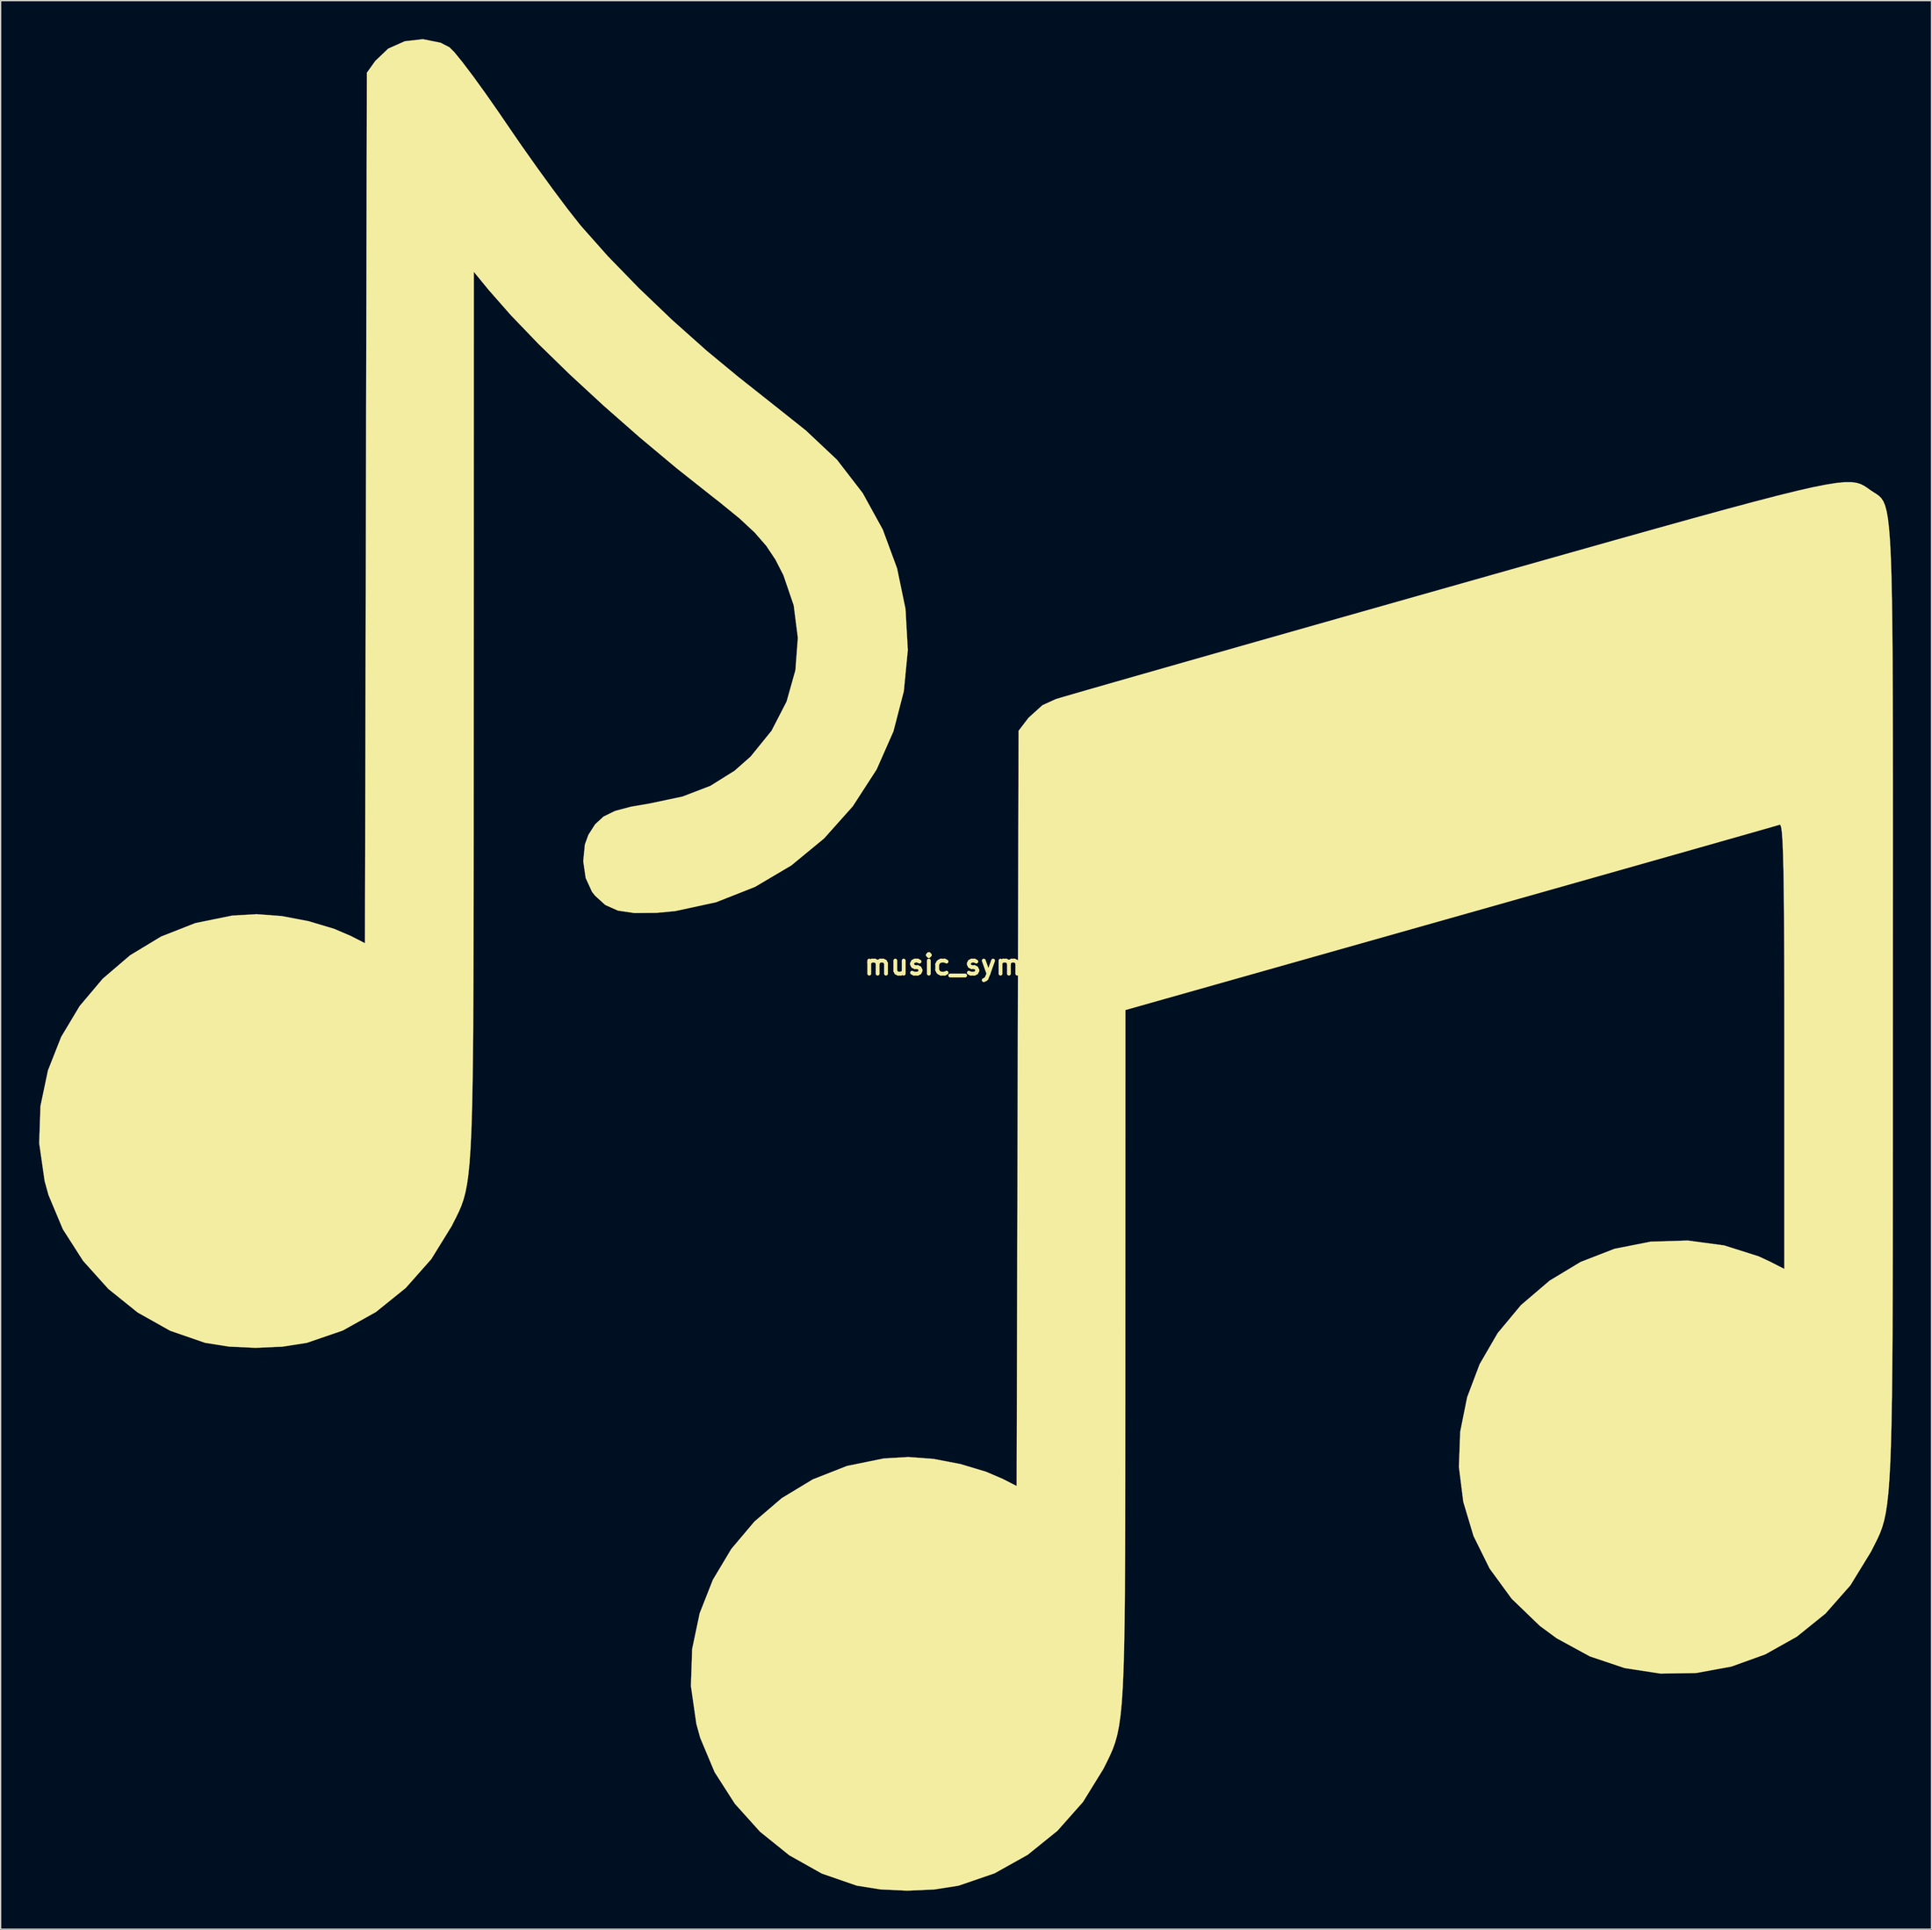
<source format=kicad_pcb>
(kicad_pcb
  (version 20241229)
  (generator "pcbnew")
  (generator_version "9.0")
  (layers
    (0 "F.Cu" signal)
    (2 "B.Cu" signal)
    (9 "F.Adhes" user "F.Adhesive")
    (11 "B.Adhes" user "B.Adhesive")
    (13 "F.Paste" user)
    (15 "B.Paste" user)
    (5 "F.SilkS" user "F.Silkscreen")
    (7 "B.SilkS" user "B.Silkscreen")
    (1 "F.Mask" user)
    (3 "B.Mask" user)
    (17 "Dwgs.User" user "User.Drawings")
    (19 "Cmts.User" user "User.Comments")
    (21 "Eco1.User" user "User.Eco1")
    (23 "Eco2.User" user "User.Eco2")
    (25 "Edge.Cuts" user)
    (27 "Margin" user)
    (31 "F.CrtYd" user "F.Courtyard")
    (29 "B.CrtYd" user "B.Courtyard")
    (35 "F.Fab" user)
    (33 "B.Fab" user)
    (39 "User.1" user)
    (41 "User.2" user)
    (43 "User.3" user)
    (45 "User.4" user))
  (footprint "music_symbol"
    (layer "F.Cu")
    (at 72.254 72.191)
    (property "Reference" "music_symbol" (at 0 0 0) (layer "F.SilkS") (effects (font (size 1.524 1.524) (thickness 0.3))))
    (attr through_hole)
    (fp_poly (pts (xy -40.961 -71.907) (xy -40.268 -71.551) (xy -39.895 -71.179) (xy -39.268 -70.409) (xy -38.441 -69.317) (xy -37.471 -67.975) (xy -36.413 -66.459) (xy -35.865 -65.655) (xy -34.662 -63.902) (xy -33.403 -62.121) (xy -32.175 -60.43) (xy -31.064 -58.947) (xy -30.155 -57.791) (xy -29.976 -57.573) (xy -27.922 -55.259) (xy -25.519 -52.785) (xy -22.904 -50.282) (xy -20.211 -47.88) (xy -17.734 -45.833) (xy -16.362 -44.747) (xy -14.983 -43.654) (xy -13.732 -42.66) (xy -12.743 -41.873) (xy -12.491 -41.672) (xy -10.065 -39.389) (xy -8.062 -36.792) (xy -6.495 -33.946) (xy -5.377 -30.914) (xy -4.722 -27.759) (xy -4.542 -24.547) (xy -4.851 -21.341) (xy -5.663 -18.204) (xy -6.97 -15.24) (xy -8.828 -12.367) (xy -11.064 -9.859) (xy -13.621 -7.751) (xy -16.447 -6.079) (xy -19.485 -4.879) (xy -22.681 -4.187) (xy -24.13 -4.052) (xy -25.844 -4.035) (xy -27.135 -4.226) (xy -28.121 -4.664) (xy -28.918 -5.387) (xy -29.159 -5.694) (xy -29.651 -6.768) (xy -29.841 -8.081) (xy -29.712 -9.386) (xy -29.437 -10.14) (xy -28.912 -10.96) (xy -28.26 -11.559) (xy -27.368 -11.996) (xy -26.123 -12.328) (xy -24.681 -12.575) (xy -22.103 -13.12) (xy -19.928 -13.955) (xy -18.047 -15.132) (xy -16.798 -16.234) (xy -15.161 -18.254) (xy -13.991 -20.526) (xy -13.303 -22.969) (xy -13.112 -25.497) (xy -13.434 -28.03) (xy -14.238 -30.387) (xy -14.858 -31.599) (xy -15.574 -32.674) (xy -16.477 -33.71) (xy -17.657 -34.81) (xy -19.205 -36.072) (xy -19.708 -36.463) (xy -22.569 -38.73) (xy -25.442 -41.134) (xy -28.249 -43.601) (xy -30.909 -46.059) (xy -33.343 -48.432) (xy -35.472 -50.648) (xy -37.215 -52.632) (xy -37.333 -52.776) (xy -38.371 -54.046) (xy -38.381 -19.473) (xy -38.382 -14.201) (xy -38.383 -9.462) (xy -38.386 -5.225) (xy -38.392 -1.459) (xy -38.402 1.866) (xy -38.418 4.783) (xy -38.44 7.323) (xy -38.471 9.516) (xy -38.511 11.393) (xy -38.562 12.986) (xy -38.626 14.326) (xy -38.703 15.444) (xy -38.795 16.371) (xy -38.904 17.139) (xy -39.03 17.777) (xy -39.175 18.318) (xy -39.341 18.793) (xy -39.528 19.233) (xy -39.739 19.668) (xy -39.974 20.131) (xy -40.107 20.393) (xy -41.688 22.954) (xy -43.679 25.203) (xy -46.003 27.078) (xy -48.586 28.521) (xy -51.354 29.472) (xy -51.432 29.491) (xy -53.279 29.778) (xy -55.384 29.872) (xy -57.484 29.772) (xy -59.317 29.48) (xy -59.328 29.477) (xy -62.045 28.537) (xy -64.579 27.113) (xy -66.862 25.274) (xy -68.826 23.088) (xy -70.403 20.625) (xy -71.524 17.953) (xy -71.824 16.866) (xy -72.249 13.909) (xy -72.15 11.016) (xy -71.565 8.237) (xy -70.535 5.622) (xy -69.098 3.221) (xy -67.295 1.083) (xy -65.165 -0.741) (xy -62.747 -2.203) (xy -60.081 -3.252) (xy -57.206 -3.838) (xy -55.31 -3.947) (xy -53.349 -3.802) (xy -51.243 -3.4) (xy -49.245 -2.8) (xy -47.952 -2.245) (xy -46.856 -1.685) (xy -46.782 -35.627) (xy -46.708 -69.568) (xy -46.049 -70.491) (xy -45.043 -71.449) (xy -43.754 -72.024) (xy -42.341 -72.186) (xy -40.961 -71.907)) (stroke (width 0.01) (type solid)) (fill yes) (layer "F.SilkS"))
    (fp_poly (pts (xy 69.407 -37.587) (xy 69.73 -37.488) (xy 70.005 -37.35) (xy 70.265 -37.179) (xy 70.495 -37.014) (xy 70.742 -36.851) (xy 70.965 -36.71) (xy 71.164 -36.565) (xy 71.342 -36.387) (xy 71.5 -36.146) (xy 71.638 -35.815) (xy 71.758 -35.365) (xy 71.862 -34.767) (xy 71.949 -33.994) (xy 72.023 -33.017) (xy 72.084 -31.807) (xy 72.132 -30.336) (xy 72.17 -28.575) (xy 72.199 -26.496) (xy 72.22 -24.071) (xy 72.234 -21.27) (xy 72.243 -18.067) (xy 72.247 -14.431) (xy 72.248 -10.335) (xy 72.247 -5.75) (xy 72.245 -0.648) (xy 72.245 3.006) (xy 72.244 8.497) (xy 72.244 13.453) (xy 72.242 17.904) (xy 72.238 21.881) (xy 72.23 25.411) (xy 72.218 28.526) (xy 72.199 31.255) (xy 72.173 33.628) (xy 72.138 35.674) (xy 72.094 37.423) (xy 72.039 38.906) (xy 71.971 40.151) (xy 71.891 41.189) (xy 71.796 42.049) (xy 71.686 42.761) (xy 71.558 43.355) (xy 71.413 43.86) (xy 71.248 44.307) (xy 71.063 44.724) (xy 70.856 45.142) (xy 70.627 45.591) (xy 70.524 45.793) (xy 68.931 48.391) (xy 66.988 50.597) (xy 64.755 52.397) (xy 62.293 53.778) (xy 59.66 54.727) (xy 56.916 55.23) (xy 54.123 55.275) (xy 51.338 54.847) (xy 48.623 53.934) (xy 46.036 52.522) (xy 44.721 51.553) (xy 42.529 49.439) (xy 40.809 47.084) (xy 39.554 44.545) (xy 38.758 41.882) (xy 38.415 39.152) (xy 38.517 36.414) (xy 39.058 33.725) (xy 40.033 31.144) (xy 41.433 28.729) (xy 43.254 26.539) (xy 45.487 24.631) (xy 47.904 23.173) (xy 50.545 22.148) (xy 53.365 21.591) (xy 56.253 21.503) (xy 59.094 21.885) (xy 61.776 22.735) (xy 62.682 23.157) (xy 63.782 23.718) (xy 63.782 6.332) (xy 63.78 2.639) (xy 63.773 -0.524) (xy 63.761 -3.192) (xy 63.742 -5.4) (xy 63.717 -7.182) (xy 63.684 -8.573) (xy 63.643 -9.608) (xy 63.593 -10.321) (xy 63.533 -10.748) (xy 63.462 -10.922) (xy 63.429 -10.928) (xy 63.112 -10.835) (xy 62.29 -10.599) (xy 61.002 -10.231) (xy 59.285 -9.743) (xy 57.179 -9.144) (xy 54.721 -8.446) (xy 51.951 -7.66) (xy 48.905 -6.797) (xy 45.623 -5.867) (xy 42.144 -4.882) (xy 38.504 -3.852) (xy 37.747 -3.638) (xy 12.418 3.528) (xy 12.414 30.48) (xy 12.413 35.138) (xy 12.411 39.268) (xy 12.407 42.905) (xy 12.398 46.085) (xy 12.382 48.844) (xy 12.357 51.218) (xy 12.322 53.243) (xy 12.274 54.955) (xy 12.212 56.389) (xy 12.134 57.581) (xy 12.037 58.568) (xy 11.921 59.385) (xy 11.782 60.069) (xy 11.619 60.654) (xy 11.431 61.177) (xy 11.214 61.673) (xy 10.969 62.18) (xy 10.693 62.727) (xy 9.112 65.288) (xy 7.121 67.536) (xy 4.797 69.412) (xy 2.214 70.855) (xy -0.554 71.805) (xy -0.632 71.824) (xy -2.479 72.112) (xy -4.584 72.205) (xy -6.684 72.106) (xy -8.517 71.813) (xy -8.528 71.811) (xy -11.245 70.87) (xy -13.779 69.446) (xy -16.062 67.607) (xy -18.026 65.422) (xy -19.603 62.958) (xy -20.724 60.286) (xy -21.024 59.199) (xy -21.449 56.242) (xy -21.35 53.349) (xy -20.765 50.571) (xy -19.735 47.956) (xy -18.298 45.554) (xy -16.495 43.417) (xy -14.365 41.592) (xy -11.947 40.13) (xy -9.281 39.082) (xy -6.406 38.496) (xy -4.51 38.386) (xy -2.55 38.531) (xy -0.444 38.933) (xy 1.553 39.533) (xy 2.847 40.088) (xy 3.943 40.648) (xy 4.092 -18.247) (xy 4.864 -19.26) (xy 5.951 -20.244) (xy 6.981 -20.714) (xy 7.431 -20.85) (xy 8.386 -21.129) (xy 9.811 -21.54) (xy 11.668 -22.073) (xy 13.92 -22.717) (xy 16.529 -23.462) (xy 19.46 -24.297) (xy 22.674 -25.212) (xy 26.135 -26.196) (xy 29.806 -27.238) (xy 33.65 -28.328) (xy 37.63 -29.456) (xy 37.818 -29.509) (xy 42.569 -30.855) (xy 46.808 -32.054) (xy 50.566 -33.115) (xy 53.873 -34.043) (xy 56.762 -34.847) (xy 59.262 -35.533) (xy 61.405 -36.108) (xy 63.221 -36.58) (xy 64.743 -36.956) (xy 66 -37.243) (xy 67.024 -37.447) (xy 67.845 -37.577) (xy 68.496 -37.639) (xy 69.006 -37.64) (xy 69.407 -37.587)) (stroke (width 0.01) (type solid)) (fill yes) (layer "F.SilkS")))
  (gr_rect
    (start -3 -3)
    (end 147.507 147.401)
    (stroke (width 0.1) (type default))
    (fill no)
    (layer "Edge.Cuts")))
</source>
